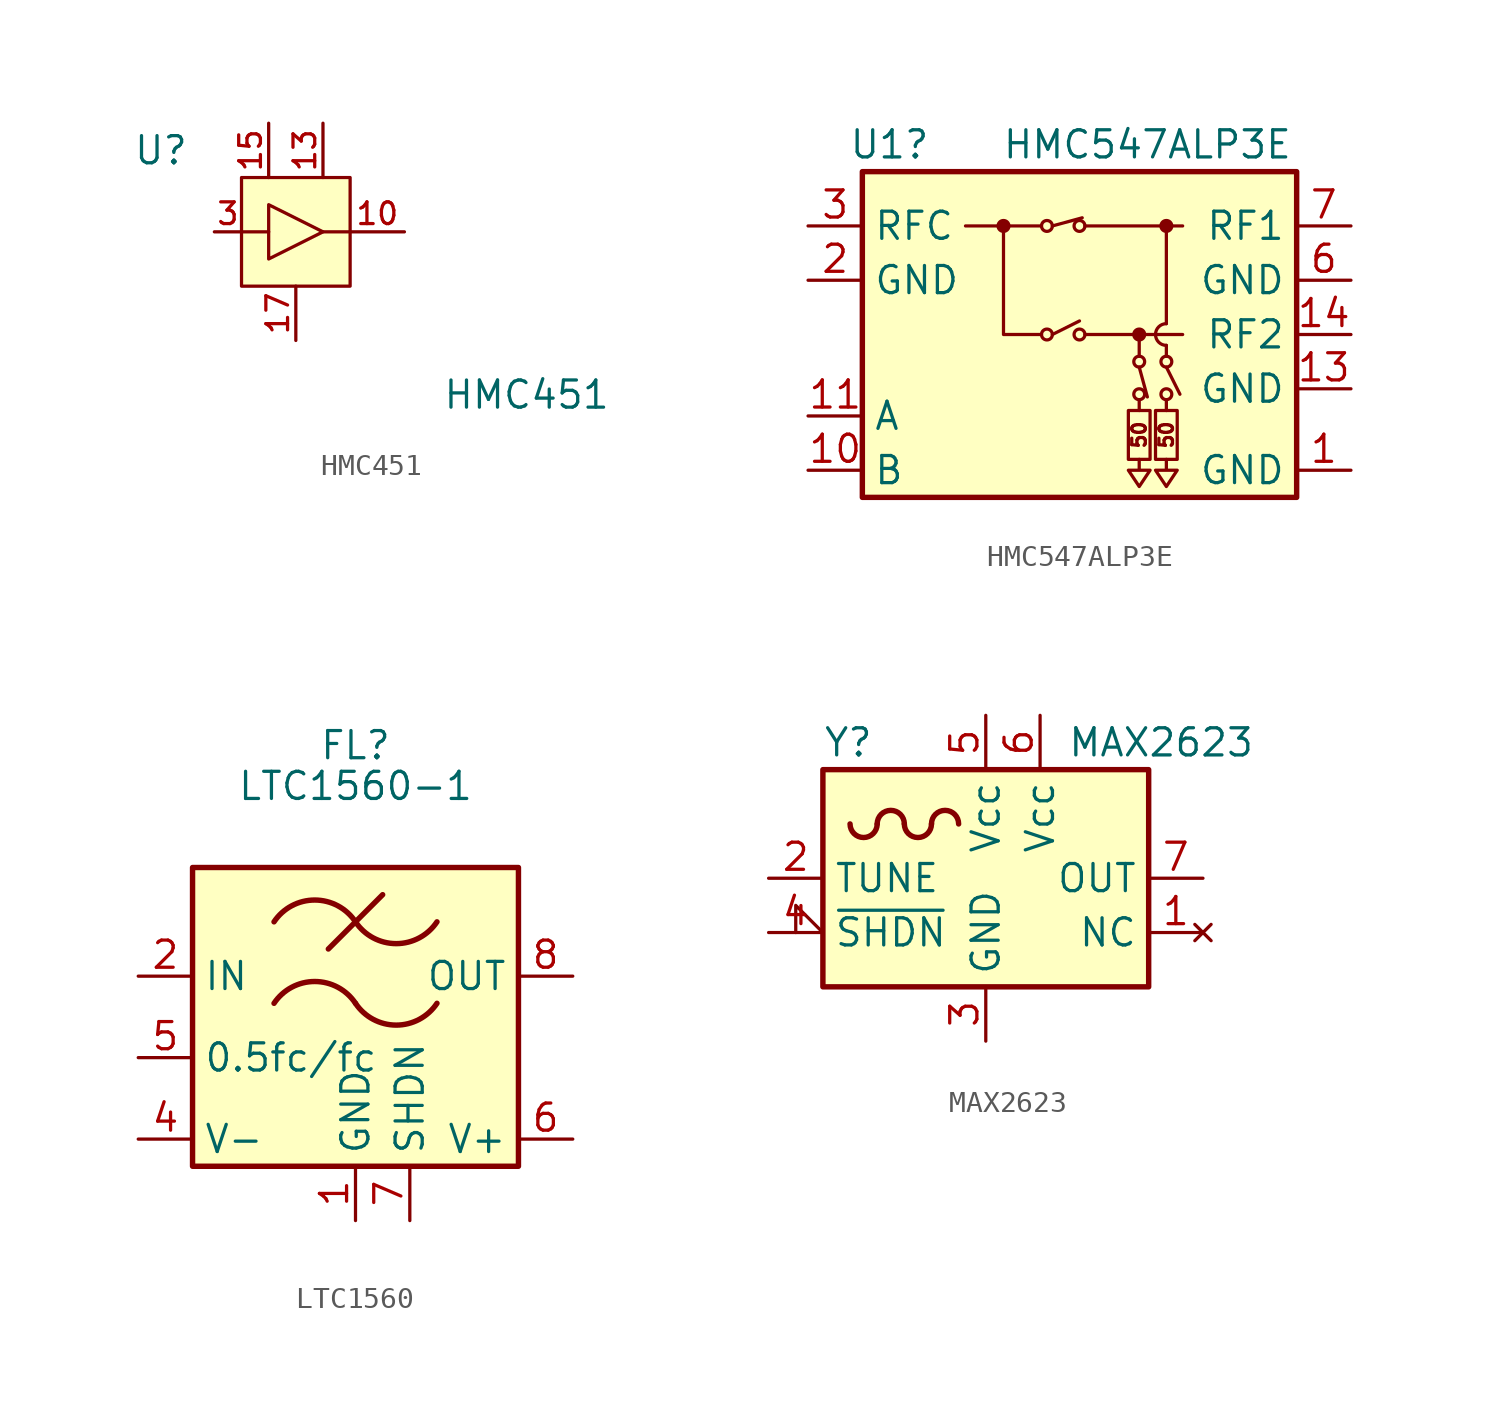
<source format=kicad_sym>
(kicad_symbol_lib
  (version 20241209)
  (generator "kicad_symbol_editor")
  (generator_version "9.0")
  (symbol "HMC451"
    (property "Reference" "U"
      (at -7.62 3.81 0)
      (effects (font (size 1.27 1.27)) (justify left)))
    (property "Value" "HMC451"
      (at 10.795 -7.62 0)
      (effects (font (size 1.27 1.27))))
    (symbol "HMC451_0_0"
      (pin power_in line (at 1.27 5.08 270) (length 2.54) (name "~" (effects (font (size 1.016 1.016)))) (number "13" (effects (font (size 1.016 1.016)))))
      (pin no_connect line (at 1.905 -5.08 90) (length 2.54) (hide yes) (name "~" (effects (font (size 1.016 1.016)))) (number "1" (effects (font (size 1.016 1.016)))))
      (pin no_connect line (at 1.905 -5.08 90) (length 2.54) (hide yes) (name "~" (effects (font (size 1.016 1.016)))) (number "12" (effects (font (size 1.016 1.016)))))
      (pin no_connect line (at 1.905 -5.08 90) (length 2.54) (hide yes) (name "~" (effects (font (size 1.016 1.016)))) (number "14" (effects (font (size 1.016 1.016)))))
      (pin no_connect line (at 1.905 -5.08 90) (length 2.54) (hide yes) (name "~" (effects (font (size 1.016 1.016)))) (number "16" (effects (font (size 1.016 1.016)))))
      (pin no_connect line (at 1.905 -5.08 90) (length 2.54) (hide yes) (name "~" (effects (font (size 1.016 1.016)))) (number "5" (effects (font (size 1.016 1.016)))))
      (pin no_connect line (at 1.905 -5.08 90) (length 2.54) (hide yes) (name "~" (effects (font (size 1.016 1.016)))) (number "6" (effects (font (size 1.016 1.016)))))
      (pin no_connect line (at 1.905 -5.08 90) (length 2.54) (hide yes) (name "~" (effects (font (size 1.016 1.016)))) (number "7" (effects (font (size 1.016 1.016)))))
      (pin no_connect line (at 1.905 -5.08 90) (length 2.54) (hide yes) (name "~" (effects (font (size 1.016 1.016)))) (number "8" (effects (font (size 1.016 1.016))))))
    (symbol "HMC451_0_1"
      (rectangle (start -2.54 2.54) (end 2.54 -2.54) (stroke (width 0) (type default)) (fill (type background)))
      (polyline (pts (xy -1.27 1.27) (xy -1.27 -1.27) (xy 1.27 0) (xy -1.27 1.27)) (stroke (width 0) (type default)) (fill (type none)))
      (polyline (pts (xy -1.27 0) (xy -2.54 0)) (stroke (width 0) (type default)) (fill (type none)))
      (polyline (pts (xy 1.27 0) (xy 2.54 0)) (stroke (width 0) (type default)) (fill (type none))))
    (symbol "HMC451_1_1"
      (pin input line (at -3.81 0 0) (length 1.27) (name "~" (effects (font (size 1.016 1.016)))) (number "3" (effects (font (size 1.016 1.016)))))
      (pin power_in line (at -1.27 5.08 270) (length 2.54) (name "~" (effects (font (size 1.016 1.016)))) (number "15" (effects (font (size 1.016 1.016)))))
      (pin power_in line (at 0 -5.08 90) (length 2.54) (name "~" (effects (font (size 1.016 1.016)))) (number "17" (effects (font (size 1.016 1.016)))))
      (pin output line (at 5.08 0 180) (length 2.54) (name "~" (effects (font (size 1.016 1.016)))) (number "10" (effects (font (size 1.016 1.016)))))))
  (symbol "HMC547ALP3E"
    (property "Reference" "U1"
      (at -8.89 8.89 0)
      (effects (font (size 1.27 1.27))))
    (property "Value" "HMC547ALP3E"
      (at 3.175 8.89 0)
      (effects (font (size 1.27 1.27))))
    (symbol "HMC547ALP3E_0_0"
      (text "50" (at 2.794 -4.699 900) (effects (font (size 0.635 0.635))))
      (text "50" (at 4.064 -4.699 900) (effects (font (size 0.635 0.635))))
      (pin passive line (at 12.7 -6.35 180) (length 2.54) (name "GND" (effects (font (size 1.27 1.27)))) (number "1" (effects (font (size 1.27 1.27)))))
      (pin passive line (at 12.7 -6.35 180) (length 2.54) (hide yes) (name "GND" (effects (font (size 1.27 1.27)))) (number "12" (effects (font (size 1.27 1.27)))))
      (pin passive line (at 12.7 -6.35 180) (length 2.54) (hide yes) (name "GND" (effects (font (size 1.27 1.27)))) (number "16" (effects (font (size 1.27 1.27)))))
      (pin power_in line (at 12.7 -6.35 180) (length 2.54) (hide yes) (name "GND" (effects (font (size 1.27 1.27)))) (number "17" (effects (font (size 1.27 1.27)))))
      (pin passive line (at 12.7 -6.35 180) (length 2.54) (hide yes) (name "GND" (effects (font (size 1.27 1.27)))) (number "5" (effects (font (size 1.27 1.27)))))
      (pin passive line (at 12.7 -6.35 180) (length 2.54) (hide yes) (name "GND" (effects (font (size 1.27 1.27)))) (number "9" (effects (font (size 1.27 1.27))))))
    (symbol "HMC547ALP3E_0_1"
      (rectangle (start -10.16 7.62) (end 10.16 -7.62) (stroke (width 0.254) (type default)) (fill (type background)))
      (circle (center -3.556 5.08) (radius 0.254) (stroke (width 0) (type default)) (fill (type outline)))
      (polyline (pts (xy -3.556 5.08) (xy -3.556 0) (xy -1.778 0)) (stroke (width 0) (type default)) (fill (type none)))
      (polyline (pts (xy -1.778 5.08) (xy -5.334 5.08)) (stroke (width 0) (type default)) (fill (type none)))
      (circle (center -1.524 5.08) (radius 0.254) (stroke (width 0) (type default)) (fill (type none)))
      (circle (center -1.524 0) (radius 0.254) (stroke (width 0) (type default)) (fill (type none)))
      (polyline (pts (xy -1.27 5.08) (xy 0.127 5.461)) (stroke (width 0) (type default)) (fill (type none)))
      (polyline (pts (xy -1.27 0) (xy 0 0.635)) (stroke (width 0) (type default)) (fill (type none)))
      (circle (center 0 5.08) (radius 0.254) (stroke (width 0) (type default)) (fill (type none)))
      (circle (center 0 0) (radius 0.254) (stroke (width 0) (type default)) (fill (type none)))
      (polyline (pts (xy 0.254 5.08) (xy 4.826 5.08)) (stroke (width 0) (type default)) (fill (type none)))
      (polyline (pts (xy 0.254 0) (xy 4.826 0)) (stroke (width 0) (type default)) (fill (type none)))
      (rectangle (start 2.286 -3.556) (end 3.302 -5.842) (stroke (width 0) (type default)) (fill (type none)))
      (circle (center 2.794 0) (radius 0.254) (stroke (width 0) (type default)) (fill (type outline)))
      (polyline (pts (xy 2.794 -1.016) (xy 2.794 0)) (stroke (width 0) (type default)) (fill (type none)))
      (circle (center 2.794 -1.27) (radius 0.254) (stroke (width 0) (type default)) (fill (type none)))
      (polyline (pts (xy 2.794 -1.524) (xy 3.175 -2.921)) (stroke (width 0) (type default)) (fill (type none)))
      (circle (center 2.794 -2.794) (radius 0.254) (stroke (width 0) (type default)) (fill (type none)))
      (polyline (pts (xy 2.794 -3.048) (xy 2.794 -3.556)) (stroke (width 0) (type default)) (fill (type none)))
      (polyline (pts (xy 2.794 -5.842) (xy 2.794 -6.35) (xy 2.286 -6.35) (xy 2.794 -7.112) (xy 3.302 -6.35) (xy 2.794 -6.35)) (stroke (width 0) (type default)) (fill (type none)))
      (rectangle (start 3.556 -3.556) (end 4.572 -5.842) (stroke (width 0) (type default)) (fill (type none)))
      (polyline (pts (xy 4.064 5.08) (xy 4.064 0.508)) (stroke (width 0) (type default)) (fill (type none)))
      (circle (center 4.064 5.08) (radius 0.254) (stroke (width 0) (type default)) (fill (type outline)))
      (polyline (pts (xy 4.064 -0.508) (xy 4.064 -1.016)) (stroke (width 0) (type default)) (fill (type none)))
      (circle (center 4.064 -1.27) (radius 0.254) (stroke (width 0) (type default)) (fill (type none)))
      (polyline (pts (xy 4.064 -1.524) (xy 4.699 -2.794)) (stroke (width 0) (type default)) (fill (type none)))
      (circle (center 4.064 -2.794) (radius 0.254) (stroke (width 0) (type default)) (fill (type none)))
      (polyline (pts (xy 4.064 -3.048) (xy 4.064 -3.556)) (stroke (width 0) (type default)) (fill (type none)))
      (polyline (pts (xy 4.064 -5.842) (xy 4.064 -6.35) (xy 3.556 -6.35) (xy 4.064 -7.112) (xy 4.572 -6.35) (xy 4.064 -6.35)) (stroke (width 0) (type default)) (fill (type none)))
      (arc (start 4.064 -0.508) (mid 3.558 0) (end 4.064 0.508) (stroke (width 0) (type default)) (fill (type none))))
    (symbol "HMC547ALP3E_1_1"
      (pin passive line (at -12.7 5.08 0) (length 2.54) (name "RFC" (effects (font (size 1.27 1.27)))) (number "3" (effects (font (size 1.27 1.27)))))
      (pin power_in line (at -12.7 2.54 0) (length 2.54) (name "GND" (effects (font (size 1.27 1.27)))) (number "2" (effects (font (size 1.27 1.27)))))
      (pin power_in line (at -12.7 2.54 0) (length 2.54) (hide yes) (name "GND" (effects (font (size 1.27 1.27)))) (number "4" (effects (font (size 1.27 1.27)))))
      (pin input line (at -12.7 -3.81 0) (length 2.54) (name "A" (effects (font (size 1.27 1.27)))) (number "11" (effects (font (size 1.27 1.27)))))
      (pin input line (at -12.7 -6.35 0) (length 2.54) (name "B" (effects (font (size 1.27 1.27)))) (number "10" (effects (font (size 1.27 1.27)))))
      (pin passive line (at 12.7 5.08 180) (length 2.54) (name "RF1" (effects (font (size 1.27 1.27)))) (number "7" (effects (font (size 1.27 1.27)))))
      (pin power_in line (at 12.7 2.54 180) (length 2.54) (name "GND" (effects (font (size 1.27 1.27)))) (number "6" (effects (font (size 1.27 1.27)))))
      (pin power_in line (at 12.7 2.54 180) (length 2.54) (hide yes) (name "GND" (effects (font (size 1.27 1.27)))) (number "8" (effects (font (size 1.27 1.27)))))
      (pin passive line (at 12.7 0 180) (length 2.54) (name "RF2" (effects (font (size 1.27 1.27)))) (number "14" (effects (font (size 1.27 1.27)))))
      (pin power_in line (at 12.7 -2.54 180) (length 2.54) (name "GND" (effects (font (size 1.27 1.27)))) (number "13" (effects (font (size 1.27 1.27)))))
      (pin power_in line (at 12.7 -2.54 180) (length 2.54) (hide yes) (name "GND" (effects (font (size 1.27 1.27)))) (number "15" (effects (font (size 1.27 1.27)))))))
  (symbol "LTC1560"
    (property "Reference" "FL"
      (at 0 10.795 0)
      (effects (font (size 1.27 1.27))))
    (property "Value" "LTC1560-1"
      (at 0 8.89 0)
      (effects (font (size 1.27 1.27))))
    (symbol "LTC1560_0_1"
      (rectangle (start -7.62 5.08) (end 7.62 -8.89) (stroke (width 0.254) (type default)) (fill (type background)))
      (arc (start -3.81 2.54) (mid -1.905 3.5595) (end 0 2.54) (stroke (width 0.254) (type default)) (fill (type none)))
      (arc (start -3.81 -1.27) (mid -1.905 -0.2505) (end 0 -1.27) (stroke (width 0.254) (type default)) (fill (type none)))
      (polyline (pts (xy -1.27 1.27) (xy 1.27 3.81)) (stroke (width 0.254) (type default)) (fill (type none)))
      (arc (start 3.81 2.54) (mid 1.905 1.5205) (end 0 2.54) (stroke (width 0.254) (type default)) (fill (type none)))
      (arc (start 3.81 -1.27) (mid 1.905 -2.2895) (end 0 -1.27) (stroke (width 0.254) (type default)) (fill (type none))))
    (symbol "LTC1560_1_0"
      (pin passive line (at -10.16 -3.81 0) (length 2.54) (name "0.5fc/fc" (effects (font (size 1.27 1.27)))) (number "5" (effects (font (size 1.27 1.27)))))
      (pin passive line (at 2.54 -11.43 90) (length 2.54) (name "SHDN" (effects (font (size 1.27 1.27)))) (number "7" (effects (font (size 1.27 1.27)))))
      (pin passive line (at 10.16 0 180) (length 2.54) (name "OUT" (effects (font (size 1.27 1.27)))) (number "8" (effects (font (size 1.27 1.27)))))
      (pin passive line (at 10.16 -7.62 180) (length 2.54) (name "V+" (effects (font (size 1.27 1.27)))) (number "6" (effects (font (size 1.27 1.27))))))
    (symbol "LTC1560_1_1"
      (pin passive line (at -10.16 0 0) (length 2.54) (name "IN" (effects (font (size 1.27 1.27)))) (number "2" (effects (font (size 1.27 1.27)))))
      (pin passive line (at -10.16 -7.62 0) (length 2.54) (name "V-" (effects (font (size 1.27 1.27)))) (number "4" (effects (font (size 1.27 1.27)))))
      (pin passive line (at 0 -11.43 90) (length 2.54) (name "GND" (effects (font (size 1.27 1.27)))) (number "1" (effects (font (size 1.27 1.27)))))
      (pin passive line (at 0 -11.43 90) (length 2.54) (hide yes) (name "GND" (effects (font (size 1.27 1.27)))) (number "3" (effects (font (size 1.27 1.27)))))))
  (symbol "MAX2623"
    (property "Reference" "Y"
      (at -7.62 6.35 0)
      (effects (font (size 1.27 1.27)) (justify left)))
    (property "Value" "MAX2623"
      (at 3.81 6.35 0)
      (effects (font (size 1.27 1.27)) (justify left)))
    (symbol "MAX2623_0_1"
      (rectangle (start -7.62 5.08) (end 7.62 -5.08) (stroke (width 0.254) (type default)) (fill (type background)))
      (arc (start -5.08 2.54) (mid -5.715 1.9077) (end -6.35 2.54) (stroke (width 0.254) (type default)) (fill (type none)))
      (arc (start -5.08 2.54) (mid -4.445 3.1723) (end -3.81 2.54) (stroke (width 0.254) (type default)) (fill (type none)))
      (arc (start -2.54 2.54) (mid -3.175 1.9077) (end -3.81 2.54) (stroke (width 0.254) (type default)) (fill (type none)))
      (arc (start -2.54 2.54) (mid -1.905 3.1723) (end -1.27 2.54) (stroke (width 0.254) (type default)) (fill (type none))))
    (symbol "MAX2623_1_0"
      (pin power_in line (at 0 -7.62 90) (length 2.54) (hide yes) (name "GND" (effects (font (size 1.27 1.27)))) (number "8" (effects (font (size 1.27 1.27))))))
    (symbol "MAX2623_1_1"
      (pin input line (at -10.16 0 0) (length 2.54) (name "TUNE" (effects (font (size 1.27 1.27)))) (number "2" (effects (font (size 1.27 1.27)))))
      (pin input input_low (at -10.16 -2.54 0) (length 2.54) (name "~{SHDN}" (effects (font (size 1.27 1.27)))) (number "4" (effects (font (size 1.27 1.27)))))
      (pin power_in line (at 0 7.62 270) (length 2.54) (name "Vcc" (effects (font (size 1.27 1.27)))) (number "5" (effects (font (size 1.27 1.27)))))
      (pin power_in line (at 0 -7.62 90) (length 2.54) (name "GND" (effects (font (size 1.27 1.27)))) (number "3" (effects (font (size 1.27 1.27)))))
      (pin power_in line (at 2.54 7.62 270) (length 2.54) (name "Vcc" (effects (font (size 1.27 1.27)))) (number "6" (effects (font (size 1.27 1.27)))))
      (pin output line (at 10.16 0 180) (length 2.54) (name "OUT" (effects (font (size 1.27 1.27)))) (number "7" (effects (font (size 1.27 1.27)))))
      (pin no_connect line (at 10.16 -2.54 180) (length 2.54) (name "NC" (effects (font (size 1.27 1.27)))) (number "1" (effects (font (size 1.27 1.27))))))))
</source>
